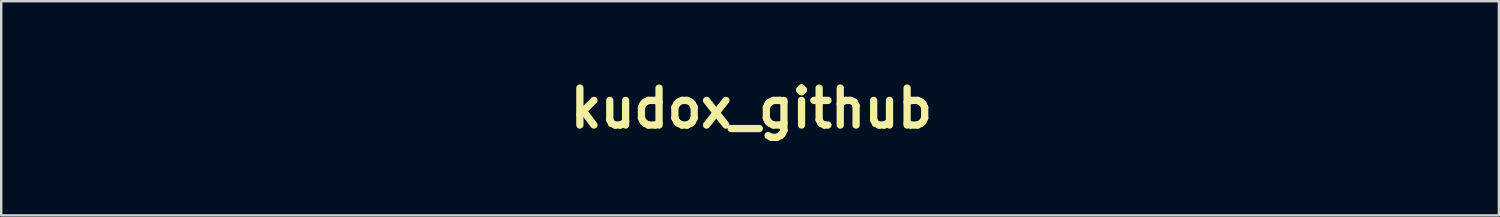
<source format=kicad_pcb>
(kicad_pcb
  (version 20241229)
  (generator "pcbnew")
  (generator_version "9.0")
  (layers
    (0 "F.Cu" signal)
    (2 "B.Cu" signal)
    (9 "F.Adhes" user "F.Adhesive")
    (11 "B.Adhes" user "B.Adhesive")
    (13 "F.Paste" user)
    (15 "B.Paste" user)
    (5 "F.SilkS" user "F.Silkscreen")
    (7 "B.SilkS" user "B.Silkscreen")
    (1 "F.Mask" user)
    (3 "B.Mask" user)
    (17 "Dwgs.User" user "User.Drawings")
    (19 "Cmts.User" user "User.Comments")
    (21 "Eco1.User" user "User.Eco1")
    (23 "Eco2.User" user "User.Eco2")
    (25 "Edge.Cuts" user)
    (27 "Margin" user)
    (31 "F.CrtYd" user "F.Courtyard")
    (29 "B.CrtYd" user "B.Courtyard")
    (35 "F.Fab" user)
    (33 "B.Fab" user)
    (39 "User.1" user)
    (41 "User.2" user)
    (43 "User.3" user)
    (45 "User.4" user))
  (footprint "kudox_github"
    (layer "F.Cu")
    (at 27.945 1.418)
    (property "Reference" "kudox_github" (at 0 0 0) (layer "F.SilkS") (effects (font (size 1.524 1.524) (thickness 0.3))))
    (attr through_hole)
    (fp_poly (pts (xy -16.418 -1.121) (xy -16.4 -1.049) (xy -16.439 -0.957) (xy -16.51 -0.939) (xy -16.602 -0.978) (xy -16.62 -1.049) (xy -16.581 -1.141) (xy -16.51 -1.16) (xy -16.418 -1.121)) (stroke (width 0.01) (type solid)) (fill yes) (layer "F.Mask"))
    (fp_poly (pts (xy -21.086 -0.598) (xy -21.048 -0.483) (xy -21.05 -0.373) (xy -21.112 -0.335) (xy -21.176 -0.331) (xy -21.279 -0.347) (xy -21.308 -0.416) (xy -21.304 -0.483) (xy -21.264 -0.602) (xy -21.176 -0.635) (xy -21.086 -0.598)) (stroke (width 0.01) (type solid)) (fill yes) (layer "F.Mask"))
    (fp_poly (pts (xy -21.086 0.34) (xy -21.048 0.456) (xy -21.05 0.566) (xy -21.112 0.604) (xy -21.176 0.607) (xy -21.279 0.592) (xy -21.308 0.523) (xy -21.304 0.456) (xy -21.264 0.337) (xy -21.176 0.304) (xy -21.086 0.34)) (stroke (width 0.01) (type solid)) (fill yes) (layer "F.Mask"))
    (fp_poly (pts (xy -10.208 0.34) (xy -10.17 0.456) (xy -10.172 0.566) (xy -10.234 0.604) (xy -10.298 0.607) (xy -10.402 0.592) (xy -10.431 0.523) (xy -10.426 0.456) (xy -10.386 0.337) (xy -10.298 0.304) (xy -10.208 0.34)) (stroke (width 0.01) (type solid)) (fill yes) (layer "F.Mask"))
    (fp_poly (pts (xy 16.985 -0.155) (xy 17.179 -0.137) (xy 17.281 -0.106) (xy 17.311 -0.055) (xy 17.279 -0.003) (xy 17.173 0.028) (xy 17.007 0.042) (xy 16.822 0.041) (xy 16.675 0.022) (xy 16.621 0.003) (xy 16.565 -0.063) (xy 16.607 -0.115) (xy 16.733 -0.148) (xy 16.931 -0.157) (xy 16.985 -0.155)) (stroke (width 0.01) (type solid)) (fill yes) (layer "F.Mask"))
    (fp_poly (pts (xy -16.524 -0.597) (xy -16.48 -0.575) (xy -16.451 -0.518) (xy -16.431 -0.404) (xy -16.419 -0.216) (xy -16.412 0.014) (xy -16.406 0.276) (xy -16.407 0.447) (xy -16.419 0.546) (xy -16.444 0.593) (xy -16.486 0.607) (xy -16.508 0.607) (xy -16.557 0.601) (xy -16.589 0.568) (xy -16.608 0.491) (xy -16.617 0.35) (xy -16.62 0.126) (xy -16.62 -0.004) (xy -16.619 -0.271) (xy -16.612 -0.446) (xy -16.598 -0.547) (xy -16.572 -0.592) (xy -16.533 -0.598) (xy -16.524 -0.597)) (stroke (width 0.01) (type solid)) (fill yes) (layer "F.Mask"))
    (fp_poly (pts (xy 9.536 -1.082) (xy 9.553 -1.055) (xy 9.531 -0.991) (xy 9.471 -0.844) (xy 9.381 -0.631) (xy 9.267 -0.371) (xy 9.172 -0.158) (xy 9.007 0.197) (xy 8.875 0.455) (xy 8.772 0.623) (xy 8.691 0.707) (xy 8.63 0.714) (xy 8.597 0.679) (xy 8.61 0.617) (xy 8.662 0.471) (xy 8.746 0.26) (xy 8.856 -0.000144) (xy 8.96 -0.235) (xy 9.112 -0.569) (xy 9.231 -0.812) (xy 9.321 -0.975) (xy 9.389 -1.068) (xy 9.441 -1.103) (xy 9.451 -1.104) (xy 9.536 -1.082)) (stroke (width 0.01) (type solid)) (fill yes) (layer "F.Mask"))
    (fp_poly (pts (xy -19.622 -1.091) (xy -19.616 -1.04) (xy -19.673 -0.906) (xy -19.759 -0.709) (xy -19.866 -0.47) (xy -19.984 -0.212) (xy -20.102 0.046) (xy -20.212 0.282) (xy -20.304 0.475) (xy -20.367 0.605) (xy -20.391 0.649) (xy -20.483 0.711) (xy -20.52 0.718) (xy -20.588 0.678) (xy -20.595 0.649) (xy -20.572 0.577) (xy -20.512 0.424) (xy -20.42 0.207) (xy -20.306 -0.055) (xy -20.219 -0.248) (xy -20.074 -0.564) (xy -19.963 -0.791) (xy -19.879 -0.944) (xy -19.812 -1.037) (xy -19.754 -1.083) (xy -19.715 -1.095) (xy -19.622 -1.091)) (stroke (width 0.01) (type solid)) (fill yes) (layer "F.Mask"))
    (fp_poly (pts (xy -18.451 -1.066) (xy -18.443 -1.035) (xy -18.465 -0.964) (xy -18.526 -0.811) (xy -18.618 -0.594) (xy -18.732 -0.332) (xy -18.819 -0.138) (xy -18.984 0.215) (xy -19.118 0.476) (xy -19.219 0.641) (xy -19.285 0.707) (xy -19.288 0.708) (xy -19.367 0.686) (xy -19.381 0.644) (xy -19.36 0.573) (xy -19.301 0.423) (xy -19.215 0.216) (xy -19.111 -0.027) (xy -18.998 -0.285) (xy -18.886 -0.536) (xy -18.784 -0.758) (xy -18.701 -0.931) (xy -18.648 -1.032) (xy -18.646 -1.035) (xy -18.557 -1.099) (xy -18.522 -1.104) (xy -18.451 -1.066)) (stroke (width 0.01) (type solid)) (fill yes) (layer "F.Mask"))
    (fp_poly (pts (xy -4.385 -1.094) (xy -4.362 -1.075) (xy -4.384 -1.01) (xy -4.443 -0.866) (xy -4.53 -0.664) (xy -4.636 -0.425) (xy -4.75 -0.171) (xy -4.864 0.078) (xy -4.968 0.301) (xy -5.052 0.476) (xy -5.107 0.582) (xy -5.114 0.594) (xy -5.196 0.679) (xy -5.286 0.719) (xy -5.347 0.702) (xy -5.356 0.671) (xy -5.334 0.607) (xy -5.274 0.461) (xy -5.184 0.249) (xy -5.069 -0.011) (xy -4.973 -0.226) (xy -4.821 -0.557) (xy -4.703 -0.796) (xy -4.613 -0.958) (xy -4.543 -1.052) (xy -4.487 -1.092) (xy -4.476 -1.094) (xy -4.385 -1.094)) (stroke (width 0.01) (type solid)) (fill yes) (layer "F.Mask"))
    (fp_poly (pts (xy -9.035 -0.61) (xy -8.916 -0.546) (xy -8.902 -0.49) (xy -8.988 -0.453) (xy -9.135 -0.442) (xy -9.345 -0.409) (xy -9.478 -0.304) (xy -9.543 -0.118) (xy -9.553 0.031) (xy -9.519 0.243) (xy -9.414 0.375) (xy -9.229 0.436) (xy -9.12 0.442) (xy -8.958 0.456) (xy -8.893 0.502) (xy -8.89 0.519) (xy -8.938 0.599) (xy -9.062 0.648) (xy -9.23 0.661) (xy -9.41 0.631) (xy -9.47 0.61) (xy -9.65 0.495) (xy -9.757 0.317) (xy -9.798 0.063) (xy -9.799 -0.001) (xy -9.79 -0.207) (xy -9.754 -0.343) (xy -9.681 -0.45) (xy -9.671 -0.461) (xy -9.483 -0.588) (xy -9.254 -0.641) (xy -9.035 -0.61)) (stroke (width 0.01) (type solid)) (fill yes) (layer "F.Mask"))
    (fp_poly (pts (xy 25.877 -0.57) (xy 25.897 -0.488) (xy 25.904 -0.407) (xy 25.946 -0.416) (xy 25.997 -0.46) (xy 26.119 -0.539) (xy 26.257 -0.585) (xy 26.377 -0.593) (xy 26.444 -0.558) (xy 26.449 -0.536) (xy 26.4 -0.462) (xy 26.289 -0.415) (xy 26.117 -0.349) (xy 26.003 -0.226) (xy 25.935 -0.031) (xy 25.906 0.225) (xy 25.891 0.428) (xy 25.868 0.545) (xy 25.831 0.597) (xy 25.78 0.607) (xy 25.735 0.599) (xy 25.705 0.561) (xy 25.687 0.474) (xy 25.679 0.32) (xy 25.676 0.08) (xy 25.676 0) (xy 25.677 -0.266) (xy 25.683 -0.44) (xy 25.698 -0.543) (xy 25.724 -0.592) (xy 25.766 -0.607) (xy 25.787 -0.607) (xy 25.877 -0.57)) (stroke (width 0.01) (type solid)) (fill yes) (layer "F.Mask"))
    (fp_poly (pts (xy 5.226 -0.6) (xy 5.413 -0.5) (xy 5.488 -0.416) (xy 5.559 -0.23) (xy 5.581 0.002) (xy 5.555 0.235) (xy 5.484 0.426) (xy 5.453 0.47) (xy 5.301 0.577) (xy 5.096 0.641) (xy 4.891 0.648) (xy 4.804 0.626) (xy 4.616 0.499) (xy 4.492 0.311) (xy 4.435 0.089) (xy 4.439 -0.002) (xy 4.693 -0.002) (xy 4.723 0.242) (xy 4.814 0.398) (xy 4.914 0.459) (xy 5.023 0.487) (xy 5.106 0.463) (xy 5.21 0.371) (xy 5.221 0.361) (xy 5.323 0.201) (xy 5.359 0.014) (xy 5.336 -0.171) (xy 5.259 -0.327) (xy 5.135 -0.424) (xy 5.04 -0.442) (xy 4.856 -0.399) (xy 4.741 -0.269) (xy 4.695 -0.052) (xy 4.693 -0.002) (xy 4.439 -0.002) (xy 4.445 -0.142) (xy 4.521 -0.353) (xy 4.665 -0.52) (xy 4.776 -0.583) (xy 5.001 -0.63) (xy 5.226 -0.6)) (stroke (width 0.01) (type solid)) (fill yes) (layer "F.Mask"))
    (fp_poly (pts (xy -7.851 -0.614) (xy -7.729 -0.562) (xy -7.611 -0.45) (xy -7.492 -0.247) (xy -7.448 -0.013) (xy -7.474 0.223) (xy -7.567 0.43) (xy -7.724 0.576) (xy -7.738 0.584) (xy -7.988 0.655) (xy -8.243 0.624) (xy -8.344 0.58) (xy -8.5 0.435) (xy -8.589 0.215) (xy -8.601 -0.033) (xy -8.367 -0.033) (xy -8.349 0.156) (xy -8.279 0.312) (xy -8.171 0.422) (xy -8.043 0.471) (xy -7.908 0.446) (xy -7.782 0.334) (xy -7.742 0.27) (xy -7.699 0.111) (xy -7.7 -0.087) (xy -7.739 -0.271) (xy -7.787 -0.361) (xy -7.886 -0.417) (xy -8.033 -0.442) (xy -8.044 -0.442) (xy -8.175 -0.428) (xy -8.255 -0.365) (xy -8.317 -0.241) (xy -8.367 -0.033) (xy -8.601 -0.033) (xy -8.602 -0.06) (xy -8.599 -0.09) (xy -8.531 -0.349) (xy -8.394 -0.522) (xy -8.185 -0.612) (xy -8.029 -0.626) (xy -7.851 -0.614)) (stroke (width 0.01) (type solid)) (fill yes) (layer "F.Mask"))
    (fp_poly (pts (xy 2.53 -0.614) (xy 2.652 -0.562) (xy 2.77 -0.45) (xy 2.889 -0.247) (xy 2.933 -0.013) (xy 2.907 0.223) (xy 2.813 0.43) (xy 2.657 0.576) (xy 2.642 0.584) (xy 2.393 0.655) (xy 2.138 0.624) (xy 2.037 0.58) (xy 1.881 0.435) (xy 1.792 0.215) (xy 1.78 -0.033) (xy 2.014 -0.033) (xy 2.032 0.156) (xy 2.102 0.312) (xy 2.209 0.422) (xy 2.338 0.471) (xy 2.473 0.446) (xy 2.599 0.334) (xy 2.639 0.27) (xy 2.682 0.111) (xy 2.681 -0.087) (xy 2.642 -0.271) (xy 2.593 -0.361) (xy 2.495 -0.417) (xy 2.348 -0.442) (xy 2.337 -0.442) (xy 2.206 -0.428) (xy 2.126 -0.365) (xy 2.064 -0.241) (xy 2.014 -0.033) (xy 1.78 -0.033) (xy 1.778 -0.06) (xy 1.781 -0.09) (xy 1.85 -0.349) (xy 1.987 -0.522) (xy 2.196 -0.612) (xy 2.352 -0.626) (xy 2.53 -0.614)) (stroke (width 0.01) (type solid)) (fill yes) (layer "F.Mask"))
    (fp_poly (pts (xy 16.221 -0.582) (xy 16.217 -0.5) (xy 16.138 -0.352) (xy 16.096 -0.288) (xy 16.004 -0.141) (xy 15.969 -0.027) (xy 15.993 0.089) (xy 16.077 0.246) (xy 16.122 0.318) (xy 16.211 0.472) (xy 16.24 0.557) (xy 16.215 0.594) (xy 16.202 0.598) (xy 16.074 0.572) (xy 15.944 0.443) (xy 15.864 0.311) (xy 15.778 0.144) (xy 15.642 0.376) (xy 15.528 0.531) (xy 15.423 0.604) (xy 15.4 0.607) (xy 15.313 0.591) (xy 15.295 0.571) (xy 15.323 0.508) (xy 15.394 0.383) (xy 15.467 0.267) (xy 15.638 0) (xy 15.467 -0.267) (xy 15.358 -0.441) (xy 15.309 -0.543) (xy 15.314 -0.592) (xy 15.372 -0.607) (xy 15.403 -0.607) (xy 15.506 -0.557) (xy 15.621 -0.419) (xy 15.643 -0.385) (xy 15.775 -0.162) (xy 15.923 -0.385) (xy 16.025 -0.516) (xy 16.118 -0.596) (xy 16.152 -0.607) (xy 16.221 -0.582)) (stroke (width 0.01) (type solid)) (fill yes) (layer "F.Mask"))
    (fp_poly (pts (xy 20.397 -0.526) (xy 20.491 -0.355) (xy 20.579 -0.112) (xy 20.64 0.083) (xy 20.691 0.233) (xy 20.723 0.31) (xy 20.725 0.313) (xy 20.753 0.277) (xy 20.804 0.157) (xy 20.87 -0.024) (xy 20.9 -0.111) (xy 20.996 -0.37) (xy 21.08 -0.529) (xy 21.159 -0.599) (xy 21.242 -0.59) (xy 21.252 -0.584) (xy 21.255 -0.522) (xy 21.219 -0.38) (xy 21.151 -0.18) (xy 21.061 0.058) (xy 20.957 0.314) (xy 20.847 0.568) (xy 20.74 0.798) (xy 20.645 0.986) (xy 20.569 1.109) (xy 20.527 1.149) (xy 20.445 1.128) (xy 20.43 1.078) (xy 20.455 0.969) (xy 20.514 0.827) (xy 20.518 0.82) (xy 20.553 0.742) (xy 20.568 0.666) (xy 20.559 0.569) (xy 20.522 0.428) (xy 20.453 0.22) (xy 20.395 0.053) (xy 20.315 -0.187) (xy 20.257 -0.389) (xy 20.226 -0.531) (xy 20.227 -0.588) (xy 20.307 -0.607) (xy 20.397 -0.526)) (stroke (width 0.01) (type solid)) (fill yes) (layer "F.Mask"))
    (fp_poly (pts (xy 7.853 -0.627) (xy 8.061 -0.587) (xy 8.219 -0.475) (xy 8.304 -0.373) (xy 8.349 -0.26) (xy 8.364 -0.095) (xy 8.365 0) (xy 8.358 0.2) (xy 8.327 0.33) (xy 8.261 0.431) (xy 8.222 0.472) (xy 8.04 0.59) (xy 7.819 0.644) (xy 7.604 0.625) (xy 7.516 0.589) (xy 7.344 0.428) (xy 7.252 0.193) (xy 7.235 0.016) (xy 7.236 0.013) (xy 7.482 0.013) (xy 7.494 0.197) (xy 7.538 0.314) (xy 7.614 0.393) (xy 7.778 0.466) (xy 7.941 0.435) (xy 8.048 0.343) (xy 8.098 0.215) (xy 8.116 0.034) (xy 8.104 -0.156) (xy 8.062 -0.308) (xy 8.03 -0.355) (xy 7.895 -0.426) (xy 7.731 -0.434) (xy 7.589 -0.38) (xy 7.558 -0.35) (xy 7.513 -0.243) (xy 7.486 -0.075) (xy 7.482 0.013) (xy 7.236 0.013) (xy 7.27 -0.266) (xy 7.378 -0.467) (xy 7.562 -0.587) (xy 7.821 -0.627) (xy 7.853 -0.627)) (stroke (width 0.01) (type solid)) (fill yes) (layer "F.Mask"))
    (fp_poly (pts (xy 14.534 -0.627) (xy 14.742 -0.587) (xy 14.901 -0.475) (xy 14.986 -0.373) (xy 15.03 -0.26) (xy 15.046 -0.095) (xy 15.047 0) (xy 15.039 0.2) (xy 15.008 0.33) (xy 14.942 0.431) (xy 14.903 0.472) (xy 14.721 0.59) (xy 14.5 0.644) (xy 14.285 0.625) (xy 14.197 0.589) (xy 14.025 0.428) (xy 13.933 0.193) (xy 13.917 0.016) (xy 13.917 0.013) (xy 14.163 0.013) (xy 14.175 0.197) (xy 14.219 0.314) (xy 14.295 0.393) (xy 14.46 0.466) (xy 14.622 0.435) (xy 14.729 0.343) (xy 14.779 0.215) (xy 14.798 0.034) (xy 14.785 -0.156) (xy 14.743 -0.308) (xy 14.711 -0.355) (xy 14.576 -0.426) (xy 14.412 -0.434) (xy 14.27 -0.38) (xy 14.239 -0.35) (xy 14.194 -0.243) (xy 14.167 -0.075) (xy 14.163 0.013) (xy 13.917 0.013) (xy 13.951 -0.266) (xy 14.06 -0.467) (xy 14.243 -0.587) (xy 14.503 -0.627) (xy 14.534 -0.627)) (stroke (width 0.01) (type solid)) (fill yes) (layer "F.Mask"))
    (fp_poly (pts (xy 23.535 -0.627) (xy 23.743 -0.587) (xy 23.901 -0.475) (xy 23.986 -0.373) (xy 24.03 -0.26) (xy 24.046 -0.095) (xy 24.047 0) (xy 24.04 0.2) (xy 24.009 0.33) (xy 23.942 0.431) (xy 23.904 0.472) (xy 23.721 0.59) (xy 23.5 0.644) (xy 23.285 0.625) (xy 23.197 0.589) (xy 23.026 0.428) (xy 22.934 0.193) (xy 22.917 0.016) (xy 22.918 0.013) (xy 23.164 0.013) (xy 23.175 0.197) (xy 23.22 0.314) (xy 23.296 0.393) (xy 23.46 0.466) (xy 23.623 0.435) (xy 23.73 0.343) (xy 23.78 0.215) (xy 23.798 0.034) (xy 23.786 -0.156) (xy 23.743 -0.308) (xy 23.712 -0.355) (xy 23.577 -0.426) (xy 23.412 -0.434) (xy 23.271 -0.38) (xy 23.239 -0.35) (xy 23.195 -0.243) (xy 23.167 -0.075) (xy 23.164 0.013) (xy 22.918 0.013) (xy 22.951 -0.266) (xy 23.06 -0.467) (xy 23.244 -0.587) (xy 23.503 -0.627) (xy 23.535 -0.627)) (stroke (width 0.01) (type solid)) (fill yes) (layer "F.Mask"))
    (fp_poly (pts (xy -22.023 -0.617) (xy -21.891 -0.571) (xy -21.844 -0.518) (xy -21.851 -0.473) (xy -21.931 -0.449) (xy -22.1 -0.442) (xy -22.118 -0.442) (xy -22.315 -0.431) (xy -22.423 -0.396) (xy -22.454 -0.358) (xy -22.448 -0.241) (xy -22.347 -0.145) (xy -22.186 -0.089) (xy -22.028 -0.035) (xy -21.911 0.037) (xy -21.836 0.163) (xy -21.813 0.328) (xy -21.843 0.481) (xy -21.894 0.552) (xy -22.019 0.607) (xy -22.205 0.639) (xy -22.401 0.642) (xy -22.56 0.613) (xy -22.57 0.609) (xy -22.678 0.544) (xy -22.683 0.491) (xy -22.592 0.459) (xy -22.419 0.454) (xy -22.196 0.439) (xy -22.066 0.38) (xy -22.033 0.293) (xy -22.102 0.194) (xy -22.274 0.096) (xy -22.333 0.074) (xy -22.488 0.011) (xy -22.604 -0.05) (xy -22.62 -0.062) (xy -22.677 -0.168) (xy -22.692 -0.321) (xy -22.66 -0.463) (xy -22.648 -0.484) (xy -22.548 -0.562) (xy -22.387 -0.611) (xy -22.2 -0.63) (xy -22.023 -0.617)) (stroke (width 0.01) (type solid)) (fill yes) (layer "F.Mask"))
    (fp_poly (pts (xy 3.39 -1.142) (xy 3.433 -1.106) (xy 3.46 -1.024) (xy 3.474 -0.877) (xy 3.479 -0.643) (xy 3.479 -0.597) (xy 3.479 -0.087) (xy 3.743 -0.347) (xy 3.906 -0.49) (xy 4.048 -0.582) (xy 4.15 -0.615) (xy 4.196 -0.58) (xy 4.197 -0.57) (xy 4.164 -0.511) (xy 4.077 -0.395) (xy 3.972 -0.265) (xy 3.747 0.001) (xy 4.001 0.29) (xy 4.131 0.442) (xy 4.195 0.53) (xy 4.2 0.575) (xy 4.154 0.595) (xy 4.129 0.599) (xy 4.036 0.586) (xy 3.925 0.511) (xy 3.775 0.359) (xy 3.744 0.325) (xy 3.486 0.032) (xy 3.468 0.305) (xy 3.444 0.49) (xy 3.396 0.581) (xy 3.366 0.595) (xy 3.267 0.588) (xy 3.241 0.572) (xy 3.225 0.502) (xy 3.213 0.346) (xy 3.206 0.129) (xy 3.204 -0.126) (xy 3.206 -0.393) (xy 3.212 -0.648) (xy 3.223 -0.868) (xy 3.237 -1.027) (xy 3.253 -1.099) (xy 3.339 -1.148) (xy 3.39 -1.142)) (stroke (width 0.01) (type solid)) (fill yes) (layer "F.Mask"))
    (fp_poly (pts (xy -24.945 -0.968) (xy -24.904 -0.807) (xy -24.903 -0.801) (xy -24.877 -0.658) (xy -24.826 -0.592) (xy -24.715 -0.567) (xy -24.668 -0.563) (xy -24.51 -0.528) (xy -24.453 -0.473) (xy -24.494 -0.419) (xy -24.632 -0.388) (xy -24.682 -0.387) (xy -24.903 -0.387) (xy -24.903 -0.002) (xy -24.898 0.209) (xy -24.88 0.336) (xy -24.84 0.408) (xy -24.797 0.44) (xy -24.669 0.471) (xy -24.598 0.461) (xy -24.529 0.457) (xy -24.525 0.53) (xy -24.59 0.614) (xy -24.718 0.651) (xy -24.872 0.637) (xy -25 0.579) (xy -25.063 0.522) (xy -25.1 0.446) (xy -25.118 0.321) (xy -25.124 0.121) (xy -25.124 0.056) (xy -25.126 -0.162) (xy -25.137 -0.294) (xy -25.163 -0.362) (xy -25.211 -0.39) (xy -25.244 -0.396) (xy -25.354 -0.439) (xy -25.382 -0.501) (xy -25.321 -0.552) (xy -25.279 -0.562) (xy -25.191 -0.596) (xy -25.144 -0.688) (xy -25.124 -0.801) (xy -25.083 -0.965) (xy -25.016 -1.021) (xy -25.013 -1.022) (xy -24.945 -0.968)) (stroke (width 0.01) (type solid)) (fill yes) (layer "F.Mask"))
    (fp_poly (pts (xy -15.558 -0.968) (xy -15.517 -0.807) (xy -15.516 -0.801) (xy -15.49 -0.658) (xy -15.439 -0.592) (xy -15.328 -0.567) (xy -15.281 -0.563) (xy -15.123 -0.528) (xy -15.066 -0.473) (xy -15.107 -0.419) (xy -15.245 -0.388) (xy -15.295 -0.387) (xy -15.516 -0.387) (xy -15.516 -0.002) (xy -15.511 0.209) (xy -15.493 0.336) (xy -15.453 0.408) (xy -15.41 0.44) (xy -15.282 0.471) (xy -15.211 0.461) (xy -15.142 0.457) (xy -15.138 0.53) (xy -15.203 0.614) (xy -15.331 0.651) (xy -15.485 0.637) (xy -15.613 0.579) (xy -15.676 0.522) (xy -15.713 0.446) (xy -15.731 0.321) (xy -15.737 0.121) (xy -15.737 0.056) (xy -15.739 -0.162) (xy -15.75 -0.294) (xy -15.776 -0.362) (xy -15.824 -0.39) (xy -15.857 -0.396) (xy -15.967 -0.439) (xy -15.995 -0.501) (xy -15.934 -0.552) (xy -15.892 -0.562) (xy -15.804 -0.596) (xy -15.757 -0.688) (xy -15.737 -0.801) (xy -15.696 -0.965) (xy -15.629 -1.021) (xy -15.627 -1.022) (xy -15.558 -0.968)) (stroke (width 0.01) (type solid)) (fill yes) (layer "F.Mask"))
    (fp_poly (pts (xy 11.326 -0.594) (xy 11.355 -0.55) (xy 11.37 -0.444) (xy 11.375 -0.255) (xy 11.375 -0.17) (xy 11.379 0.066) (xy 11.397 0.22) (xy 11.433 0.32) (xy 11.484 0.385) (xy 11.616 0.46) (xy 11.766 0.431) (xy 11.858 0.371) (xy 11.899 0.281) (xy 11.923 0.096) (xy 11.928 -0.076) (xy 11.938 -0.344) (xy 11.97 -0.512) (xy 12.027 -0.591) (xy 12.113 -0.59) (xy 12.115 -0.59) (xy 12.161 -0.519) (xy 12.193 -0.368) (xy 12.21 -0.166) (xy 12.213 0.057) (xy 12.201 0.274) (xy 12.175 0.454) (xy 12.135 0.568) (xy 12.11 0.591) (xy 12.022 0.592) (xy 11.995 0.563) (xy 11.948 0.532) (xy 11.838 0.569) (xy 11.815 0.581) (xy 11.607 0.654) (xy 11.434 0.631) (xy 11.287 0.525) (xy 11.221 0.45) (xy 11.181 0.371) (xy 11.163 0.26) (xy 11.161 0.086) (xy 11.166 -0.096) (xy 11.177 -0.333) (xy 11.194 -0.481) (xy 11.221 -0.561) (xy 11.265 -0.594) (xy 11.278 -0.597) (xy 11.326 -0.594)) (stroke (width 0.01) (type solid)) (fill yes) (layer "F.Mask"))
    (fp_poly (pts (xy 19.691 -0.593) (xy 19.861 -0.475) (xy 19.966 -0.292) (xy 19.989 -0.133) (xy 19.989 0.05) (xy 19.593 0.067) (xy 19.389 0.083) (xy 19.242 0.11) (xy 19.177 0.143) (xy 19.177 0.143) (xy 19.194 0.225) (xy 19.264 0.337) (xy 19.349 0.418) (xy 19.455 0.454) (xy 19.624 0.459) (xy 19.653 0.458) (xy 19.837 0.463) (xy 19.923 0.495) (xy 19.909 0.55) (xy 19.827 0.605) (xy 19.629 0.656) (xy 19.392 0.635) (xy 19.242 0.586) (xy 19.068 0.453) (xy 18.967 0.239) (xy 18.94 0.001) (xy 18.962 -0.209) (xy 19.18 -0.209) (xy 19.181 -0.146) (xy 19.266 -0.118) (xy 19.445 -0.11) (xy 19.464 -0.11) (xy 19.641 -0.12) (xy 19.748 -0.147) (xy 19.768 -0.169) (xy 19.723 -0.319) (xy 19.612 -0.413) (xy 19.468 -0.442) (xy 19.324 -0.395) (xy 19.246 -0.319) (xy 19.18 -0.209) (xy 18.962 -0.209) (xy 18.968 -0.266) (xy 19.057 -0.452) (xy 19.215 -0.571) (xy 19.239 -0.582) (xy 19.477 -0.633) (xy 19.691 -0.593)) (stroke (width 0.01) (type solid)) (fill yes) (layer "F.Mask"))
    (fp_poly (pts (xy -26.178 -0.994) (xy -26.173 -0.994) (xy -26.138 -0.945) (xy -26.119 -0.823) (xy -26.118 -0.776) (xy -26.111 -0.636) (xy -26.071 -0.57) (xy -25.969 -0.546) (xy -25.923 -0.542) (xy -25.795 -0.517) (xy -25.731 -0.477) (xy -25.729 -0.469) (xy -25.778 -0.429) (xy -25.897 -0.4) (xy -25.923 -0.397) (xy -26.118 -0.38) (xy -26.118 0.001) (xy -26.113 0.211) (xy -26.094 0.337) (xy -26.055 0.408) (xy -26.01 0.441) (xy -25.892 0.482) (xy -25.83 0.484) (xy -25.768 0.514) (xy -25.759 0.552) (xy -25.807 0.61) (xy -25.922 0.646) (xy -26.065 0.653) (xy -26.195 0.627) (xy -26.228 0.61) (xy -26.278 0.535) (xy -26.313 0.375) (xy -26.338 0.117) (xy -26.339 0.099) (xy -26.355 -0.127) (xy -26.374 -0.264) (xy -26.404 -0.337) (xy -26.451 -0.369) (xy -26.491 -0.377) (xy -26.588 -0.419) (xy -26.615 -0.469) (xy -26.568 -0.535) (xy -26.491 -0.562) (xy -26.402 -0.6) (xy -26.354 -0.702) (xy -26.339 -0.789) (xy -26.311 -0.922) (xy -26.278 -0.992) (xy -26.27 -0.996) (xy -26.178 -0.994)) (stroke (width 0.01) (type solid)) (fill yes) (layer "F.Mask"))
    (fp_poly (pts (xy -13.146 -0.597) (xy -13.113 -0.553) (xy -13.093 -0.453) (xy -13.08 -0.276) (xy -13.075 -0.131) (xy -13.064 0.107) (xy -13.045 0.259) (xy -13.013 0.352) (xy -12.962 0.409) (xy -12.943 0.422) (xy -12.851 0.466) (xy -12.767 0.445) (xy -12.683 0.385) (xy -12.609 0.316) (xy -12.564 0.233) (xy -12.539 0.107) (xy -12.525 -0.092) (xy -12.523 -0.154) (xy -12.512 -0.37) (xy -12.495 -0.498) (xy -12.465 -0.56) (xy -12.416 -0.579) (xy -12.396 -0.58) (xy -12.346 -0.572) (xy -12.313 -0.534) (xy -12.293 -0.448) (xy -12.28 -0.293) (xy -12.271 -0.05) (xy -12.27 -0.013) (xy -12.265 0.25) (xy -12.271 0.423) (xy -12.288 0.525) (xy -12.319 0.575) (xy -12.34 0.587) (xy -12.453 0.585) (xy -12.494 0.563) (xy -12.587 0.541) (xy -12.669 0.584) (xy -12.847 0.654) (xy -13.039 0.642) (xy -13.197 0.552) (xy -13.25 0.485) (xy -13.283 0.394) (xy -13.3 0.254) (xy -13.307 0.04) (xy -13.307 -0.083) (xy -13.306 -0.327) (xy -13.298 -0.481) (xy -13.279 -0.565) (xy -13.246 -0.601) (xy -13.199 -0.607) (xy -13.146 -0.597)) (stroke (width 0.01) (type solid)) (fill yes) (layer "F.Mask"))
    (fp_poly (pts (xy -3.869 -1.152) (xy -3.837 -1.114) (xy -3.819 -1.027) (xy -3.811 -0.869) (xy -3.81 -0.635) (xy -3.807 -0.41) (xy -3.8 -0.233) (xy -3.789 -0.128) (xy -3.781 -0.11) (xy -3.731 -0.147) (xy -3.629 -0.243) (xy -3.515 -0.359) (xy -3.358 -0.502) (xy -3.222 -0.589) (xy -3.157 -0.607) (xy -3.062 -0.596) (xy -3.037 -0.577) (xy -3.072 -0.525) (xy -3.163 -0.416) (xy -3.288 -0.279) (xy -3.54 -0.01) (xy -3.277 0.285) (xy -3.144 0.438) (xy -3.077 0.527) (xy -3.069 0.573) (xy -3.112 0.593) (xy -3.146 0.599) (xy -3.239 0.587) (xy -3.349 0.517) (xy -3.495 0.374) (xy -3.541 0.323) (xy -3.805 0.028) (xy -3.808 0.318) (xy -3.814 0.488) (xy -3.838 0.575) (xy -3.889 0.605) (xy -3.92 0.607) (xy -3.962 0.602) (xy -3.991 0.576) (xy -4.011 0.513) (xy -4.023 0.398) (xy -4.029 0.214) (xy -4.031 -0.055) (xy -4.031 -0.276) (xy -4.03 -0.606) (xy -4.027 -0.842) (xy -4.019 -0.999) (xy -4.005 -1.094) (xy -3.982 -1.141) (xy -3.948 -1.158) (xy -3.92 -1.16) (xy -3.869 -1.152)) (stroke (width 0.01) (type solid)) (fill yes) (layer "F.Mask"))
    (fp_poly (pts (xy -2.6 -0.597) (xy -2.566 -0.553) (xy -2.546 -0.453) (xy -2.534 -0.276) (xy -2.528 -0.131) (xy -2.517 0.107) (xy -2.498 0.259) (xy -2.467 0.352) (xy -2.416 0.409) (xy -2.397 0.422) (xy -2.305 0.466) (xy -2.22 0.445) (xy -2.137 0.385) (xy -2.062 0.316) (xy -2.017 0.233) (xy -1.992 0.107) (xy -1.979 -0.092) (xy -1.976 -0.154) (xy -1.965 -0.37) (xy -1.948 -0.498) (xy -1.919 -0.56) (xy -1.87 -0.579) (xy -1.85 -0.58) (xy -1.8 -0.572) (xy -1.767 -0.534) (xy -1.746 -0.448) (xy -1.733 -0.293) (xy -1.725 -0.05) (xy -1.724 -0.013) (xy -1.719 0.25) (xy -1.724 0.423) (xy -1.741 0.525) (xy -1.772 0.575) (xy -1.793 0.587) (xy -1.906 0.585) (xy -1.947 0.563) (xy -2.04 0.541) (xy -2.123 0.584) (xy -2.3 0.654) (xy -2.493 0.642) (xy -2.65 0.552) (xy -2.703 0.485) (xy -2.736 0.394) (xy -2.754 0.254) (xy -2.76 0.04) (xy -2.761 -0.083) (xy -2.759 -0.327) (xy -2.751 -0.481) (xy -2.733 -0.565) (xy -2.699 -0.601) (xy -2.653 -0.607) (xy -2.6 -0.597)) (stroke (width 0.01) (type solid)) (fill yes) (layer "F.Mask"))
    (fp_poly (pts (xy 10.053 -1.147) (xy 10.081 -1.108) (xy 10.097 -1.011) (xy 10.104 -0.839) (xy 10.105 -0.639) (xy 10.109 -0.413) (xy 10.121 -0.235) (xy 10.139 -0.129) (xy 10.152 -0.11) (xy 10.211 -0.148) (xy 10.317 -0.247) (xy 10.424 -0.359) (xy 10.569 -0.497) (xy 10.698 -0.586) (xy 10.764 -0.607) (xy 10.847 -0.597) (xy 10.866 -0.559) (xy 10.816 -0.478) (xy 10.692 -0.341) (xy 10.63 -0.277) (xy 10.382 -0.025) (xy 10.63 0.259) (xy 10.774 0.428) (xy 10.851 0.531) (xy 10.865 0.585) (xy 10.824 0.605) (xy 10.773 0.607) (xy 10.684 0.57) (xy 10.55 0.47) (xy 10.399 0.33) (xy 10.387 0.318) (xy 10.106 0.028) (xy 10.105 0.318) (xy 10.1 0.488) (xy 10.077 0.575) (xy 10.027 0.605) (xy 9.993 0.607) (xy 9.951 0.603) (xy 9.921 0.578) (xy 9.903 0.518) (xy 9.893 0.406) (xy 9.89 0.225) (xy 9.893 -0.039) (xy 9.896 -0.262) (xy 9.903 -0.592) (xy 9.912 -0.827) (xy 9.924 -0.985) (xy 9.942 -1.08) (xy 9.969 -1.129) (xy 10.004 -1.148) (xy 10.008 -1.149) (xy 10.053 -1.147)) (stroke (width 0.01) (type solid)) (fill yes) (layer "F.Mask"))
    (fp_poly (pts (xy 17.894 -1.147) (xy 17.922 -1.108) (xy 17.938 -1.011) (xy 17.945 -0.839) (xy 17.946 -0.639) (xy 17.95 -0.413) (xy 17.962 -0.235) (xy 17.98 -0.129) (xy 17.992 -0.11) (xy 18.052 -0.148) (xy 18.158 -0.247) (xy 18.265 -0.359) (xy 18.409 -0.497) (xy 18.539 -0.586) (xy 18.605 -0.607) (xy 18.688 -0.597) (xy 18.707 -0.559) (xy 18.657 -0.478) (xy 18.533 -0.341) (xy 18.471 -0.277) (xy 18.223 -0.025) (xy 18.471 0.259) (xy 18.615 0.428) (xy 18.692 0.531) (xy 18.706 0.585) (xy 18.665 0.605) (xy 18.614 0.607) (xy 18.525 0.57) (xy 18.391 0.47) (xy 18.24 0.33) (xy 18.228 0.318) (xy 17.947 0.028) (xy 17.946 0.318) (xy 17.941 0.488) (xy 17.918 0.575) (xy 17.868 0.605) (xy 17.834 0.607) (xy 17.792 0.603) (xy 17.762 0.578) (xy 17.743 0.518) (xy 17.734 0.406) (xy 17.731 0.225) (xy 17.733 -0.039) (xy 17.737 -0.262) (xy 17.744 -0.592) (xy 17.753 -0.827) (xy 17.765 -0.985) (xy 17.783 -1.08) (xy 17.809 -1.129) (xy 17.845 -1.148) (xy 17.849 -1.149) (xy 17.894 -1.147)) (stroke (width 0.01) (type solid)) (fill yes) (layer "F.Mask"))
    (fp_poly (pts (xy 1.145 -0.618) (xy 1.316 -0.562) (xy 1.394 -0.51) (xy 1.441 -0.42) (xy 1.474 -0.26) (xy 1.494 -0.06) (xy 1.5 0.154) (xy 1.492 0.354) (xy 1.47 0.511) (xy 1.432 0.598) (xy 1.411 0.607) (xy 1.317 0.574) (xy 1.298 0.552) (xy 1.226 0.534) (xy 1.104 0.58) (xy 0.902 0.654) (xy 0.732 0.638) (xy 0.62 0.577) (xy 0.528 0.47) (xy 0.497 0.305) (xy 0.497 0.282) (xy 0.501 0.261) (xy 0.734 0.261) (xy 0.744 0.327) (xy 0.821 0.418) (xy 0.948 0.444) (xy 1.085 0.406) (xy 1.184 0.319) (xy 1.267 0.159) (xy 1.254 0.054) (xy 1.147 0.004) (xy 1.085 0) (xy 0.908 0.037) (xy 0.783 0.131) (xy 0.734 0.261) (xy 0.501 0.261) (xy 0.533 0.082) (xy 0.646 -0.053) (xy 0.847 -0.131) (xy 0.993 -0.153) (xy 1.183 -0.189) (xy 1.266 -0.248) (xy 1.241 -0.333) (xy 1.186 -0.387) (xy 1.056 -0.431) (xy 0.83 -0.425) (xy 0.824 -0.424) (xy 0.659 -0.409) (xy 0.579 -0.419) (xy 0.56 -0.46) (xy 0.563 -0.483) (xy 0.63 -0.569) (xy 0.77 -0.62) (xy 0.953 -0.637) (xy 1.145 -0.618)) (stroke (width 0.01) (type solid)) (fill yes) (layer "F.Mask"))
    (fp_poly (pts (xy 24.944 -0.618) (xy 25.114 -0.562) (xy 25.193 -0.51) (xy 25.239 -0.42) (xy 25.273 -0.26) (xy 25.293 -0.06) (xy 25.299 0.154) (xy 25.291 0.354) (xy 25.268 0.511) (xy 25.23 0.598) (xy 25.21 0.607) (xy 25.116 0.574) (xy 25.096 0.552) (xy 25.025 0.534) (xy 24.903 0.58) (xy 24.701 0.654) (xy 24.531 0.638) (xy 24.418 0.577) (xy 24.326 0.47) (xy 24.296 0.305) (xy 24.296 0.282) (xy 24.299 0.261) (xy 24.533 0.261) (xy 24.543 0.327) (xy 24.62 0.418) (xy 24.747 0.444) (xy 24.884 0.406) (xy 24.983 0.319) (xy 25.065 0.159) (xy 25.053 0.054) (xy 24.946 0.004) (xy 24.884 0) (xy 24.707 0.037) (xy 24.582 0.131) (xy 24.533 0.261) (xy 24.299 0.261) (xy 24.331 0.082) (xy 24.445 -0.053) (xy 24.646 -0.131) (xy 24.792 -0.153) (xy 24.982 -0.189) (xy 25.064 -0.248) (xy 25.04 -0.333) (xy 24.985 -0.387) (xy 24.855 -0.431) (xy 24.629 -0.425) (xy 24.622 -0.424) (xy 24.458 -0.409) (xy 24.378 -0.419) (xy 24.358 -0.46) (xy 24.361 -0.483) (xy 24.428 -0.569) (xy 24.569 -0.62) (xy 24.752 -0.637) (xy 24.944 -0.618)) (stroke (width 0.01) (type solid)) (fill yes) (layer "F.Mask"))
    (fp_poly (pts (xy -11.739 -1.142) (xy -11.684 -1.088) (xy -11.657 -0.965) (xy -11.651 -0.807) (xy -11.651 -0.505) (xy -11.485 -0.588) (xy -11.279 -0.639) (xy -11.087 -0.593) (xy -10.926 -0.466) (xy -10.814 -0.271) (xy -10.768 -0.023) (xy -10.767 0) (xy -10.805 0.241) (xy -10.907 0.44) (xy -11.054 0.582) (xy -11.227 0.654) (xy -11.409 0.641) (xy -11.516 0.584) (xy -11.629 0.537) (xy -11.691 0.563) (xy -11.799 0.596) (xy -11.843 0.588) (xy -11.877 0.558) (xy -11.901 0.487) (xy -11.915 0.359) (xy -11.923 0.158) (xy -11.926 -0.097) (xy -11.643 -0.097) (xy -11.64 0.047) (xy -11.623 0.232) (xy -11.588 0.341) (xy -11.524 0.404) (xy -11.491 0.422) (xy -11.315 0.461) (xy -11.162 0.393) (xy -11.113 0.341) (xy -11.066 0.221) (xy -11.046 0.042) (xy -11.053 -0.151) (xy -11.089 -0.309) (xy -11.101 -0.335) (xy -11.2 -0.417) (xy -11.347 -0.44) (xy -11.498 -0.402) (xy -11.567 -0.352) (xy -11.622 -0.256) (xy -11.643 -0.097) (xy -11.926 -0.097) (xy -11.926 -0.133) (xy -11.926 -0.233) (xy -11.923 -0.588) (xy -11.911 -0.845) (xy -11.889 -1.016) (xy -11.854 -1.114) (xy -11.804 -1.152) (xy -11.739 -1.142)) (stroke (width 0.01) (type solid)) (fill yes) (layer "F.Mask"))
    (fp_poly (pts (xy 21.722 -1.142) (xy 21.778 -1.088) (xy 21.805 -0.965) (xy 21.811 -0.807) (xy 21.811 -0.505) (xy 21.977 -0.588) (xy 22.183 -0.639) (xy 22.375 -0.593) (xy 22.536 -0.466) (xy 22.648 -0.271) (xy 22.694 -0.023) (xy 22.694 0) (xy 22.656 0.241) (xy 22.555 0.44) (xy 22.408 0.582) (xy 22.235 0.654) (xy 22.053 0.641) (xy 21.946 0.584) (xy 21.833 0.537) (xy 21.77 0.563) (xy 21.663 0.596) (xy 21.618 0.588) (xy 21.585 0.558) (xy 21.561 0.487) (xy 21.546 0.359) (xy 21.538 0.158) (xy 21.536 -0.097) (xy 21.819 -0.097) (xy 21.822 0.047) (xy 21.839 0.232) (xy 21.873 0.341) (xy 21.938 0.404) (xy 21.971 0.422) (xy 22.147 0.461) (xy 22.3 0.393) (xy 22.349 0.341) (xy 22.396 0.221) (xy 22.416 0.042) (xy 22.408 -0.151) (xy 22.373 -0.309) (xy 22.361 -0.335) (xy 22.262 -0.417) (xy 22.114 -0.44) (xy 21.964 -0.402) (xy 21.895 -0.352) (xy 21.839 -0.256) (xy 21.819 -0.097) (xy 21.536 -0.097) (xy 21.536 -0.133) (xy 21.536 -0.233) (xy 21.539 -0.588) (xy 21.551 -0.845) (xy 21.572 -1.016) (xy 21.607 -1.114) (xy 21.658 -1.152) (xy 21.722 -1.142)) (stroke (width 0.01) (type solid)) (fill yes) (layer "F.Mask"))
    (fp_poly (pts (xy -27.768 -1.147) (xy -27.735 -1.094) (xy -27.721 -0.975) (xy -27.719 -0.828) (xy -27.716 -0.653) (xy -27.709 -0.533) (xy -27.7 -0.497) (xy -27.643 -0.519) (xy -27.528 -0.573) (xy -27.506 -0.584) (xy -27.326 -0.641) (xy -27.18 -0.621) (xy -27.046 -0.548) (xy -26.959 -0.422) (xy -26.913 -0.228) (xy -26.902 0.053) (xy -26.904 0.137) (xy -26.916 0.366) (xy -26.936 0.505) (xy -26.969 0.575) (xy -27.007 0.595) (xy -27.052 0.587) (xy -27.082 0.529) (xy -27.104 0.403) (xy -27.122 0.189) (xy -27.126 0.134) (xy -27.148 -0.127) (xy -27.183 -0.296) (xy -27.238 -0.392) (xy -27.324 -0.434) (xy -27.402 -0.441) (xy -27.511 -0.405) (xy -27.609 -0.331) (xy -27.668 -0.252) (xy -27.702 -0.141) (xy -27.717 0.03) (xy -27.719 0.193) (xy -27.722 0.405) (xy -27.734 0.529) (xy -27.761 0.589) (xy -27.81 0.607) (xy -27.83 0.607) (xy -27.871 0.602) (xy -27.9 0.576) (xy -27.92 0.513) (xy -27.932 0.398) (xy -27.938 0.214) (xy -27.94 -0.055) (xy -27.94 -0.276) (xy -27.939 -0.606) (xy -27.936 -0.842) (xy -27.928 -0.999) (xy -27.914 -1.094) (xy -27.891 -1.141) (xy -27.857 -1.158) (xy -27.83 -1.16) (xy -27.768 -1.147)) (stroke (width 0.01) (type solid)) (fill yes) (layer "F.Mask"))
    (fp_poly (pts (xy -14.516 -1.147) (xy -14.482 -1.094) (xy -14.469 -0.975) (xy -14.467 -0.828) (xy -14.464 -0.653) (xy -14.457 -0.533) (xy -14.448 -0.497) (xy -14.391 -0.519) (xy -14.276 -0.573) (xy -14.254 -0.584) (xy -14.074 -0.641) (xy -13.928 -0.621) (xy -13.794 -0.548) (xy -13.707 -0.422) (xy -13.661 -0.228) (xy -13.65 0.053) (xy -13.652 0.137) (xy -13.664 0.366) (xy -13.684 0.505) (xy -13.717 0.575) (xy -13.755 0.595) (xy -13.799 0.587) (xy -13.83 0.529) (xy -13.852 0.403) (xy -13.87 0.189) (xy -13.874 0.134) (xy -13.896 -0.127) (xy -13.931 -0.296) (xy -13.986 -0.392) (xy -14.072 -0.434) (xy -14.149 -0.441) (xy -14.258 -0.405) (xy -14.357 -0.331) (xy -14.416 -0.252) (xy -14.45 -0.141) (xy -14.465 0.03) (xy -14.467 0.193) (xy -14.47 0.405) (xy -14.481 0.529) (xy -14.509 0.589) (xy -14.558 0.607) (xy -14.577 0.607) (xy -14.619 0.602) (xy -14.648 0.576) (xy -14.668 0.513) (xy -14.68 0.398) (xy -14.686 0.214) (xy -14.688 -0.055) (xy -14.688 -0.276) (xy -14.687 -0.606) (xy -14.684 -0.842) (xy -14.676 -0.999) (xy -14.662 -1.094) (xy -14.639 -1.141) (xy -14.605 -1.158) (xy -14.577 -1.16) (xy -14.516 -1.147)) (stroke (width 0.01) (type solid)) (fill yes) (layer "F.Mask"))
    (fp_poly (pts (xy 6.081 -1.147) (xy 6.114 -1.094) (xy 6.127 -0.974) (xy 6.129 -0.831) (xy 6.129 -0.503) (xy 6.318 -0.581) (xy 6.544 -0.628) (xy 6.74 -0.576) (xy 6.892 -0.438) (xy 6.987 -0.224) (xy 7.013 0) (xy 6.975 0.256) (xy 6.874 0.461) (xy 6.725 0.6) (xy 6.547 0.662) (xy 6.354 0.633) (xy 6.255 0.579) (xy 6.148 0.531) (xy 6.102 0.552) (xy 6.022 0.603) (xy 5.988 0.607) (xy 5.957 0.591) (xy 5.936 0.531) (xy 5.921 0.413) (xy 5.913 0.223) (xy 5.909 -0.005) (xy 6.13 -0.005) (xy 6.14 0.19) (xy 6.18 0.312) (xy 6.266 0.396) (xy 6.322 0.431) (xy 6.431 0.484) (xy 6.511 0.479) (xy 6.613 0.408) (xy 6.634 0.391) (xy 6.717 0.299) (xy 6.756 0.174) (xy 6.764 0.013) (xy 6.738 -0.228) (xy 6.656 -0.377) (xy 6.515 -0.439) (xy 6.472 -0.442) (xy 6.29 -0.398) (xy 6.176 -0.267) (xy 6.131 -0.051) (xy 6.13 -0.005) (xy 5.909 -0.005) (xy 5.909 -0.054) (xy 5.908 -0.276) (xy 5.909 -0.606) (xy 5.912 -0.842) (xy 5.92 -0.999) (xy 5.934 -1.094) (xy 5.957 -1.141) (xy 5.991 -1.158) (xy 6.019 -1.16) (xy 6.081 -1.147)) (stroke (width 0.01) (type solid)) (fill yes) (layer "F.Mask"))
    (fp_poly (pts (xy 13.543 -1.126) (xy 13.573 -1.098) (xy 13.594 -1.031) (xy 13.608 -0.91) (xy 13.617 -0.717) (xy 13.624 -0.438) (xy 13.626 -0.289) (xy 13.631 0.04) (xy 13.63 0.274) (xy 13.621 0.43) (xy 13.605 0.525) (xy 13.579 0.573) (xy 13.557 0.587) (xy 13.444 0.585) (xy 13.403 0.563) (xy 13.31 0.541) (xy 13.228 0.584) (xy 13.043 0.654) (xy 12.83 0.621) (xy 12.772 0.597) (xy 12.633 0.474) (xy 12.534 0.277) (xy 12.49 0.041) (xy 12.491 -0.002) (xy 12.757 -0.002) (xy 12.771 0.186) (xy 12.812 0.323) (xy 12.824 0.342) (xy 12.968 0.449) (xy 13.137 0.453) (xy 13.294 0.371) (xy 13.341 0.278) (xy 13.362 0.118) (xy 13.359 -0.067) (xy 13.331 -0.237) (xy 13.281 -0.35) (xy 13.276 -0.355) (xy 13.145 -0.427) (xy 12.99 -0.437) (xy 12.859 -0.388) (xy 12.812 -0.335) (xy 12.771 -0.191) (xy 12.757 -0.002) (xy 12.491 -0.002) (xy 12.494 -0.094) (xy 12.562 -0.337) (xy 12.692 -0.516) (xy 12.866 -0.619) (xy 13.066 -0.632) (xy 13.198 -0.587) (xy 13.357 -0.508) (xy 13.374 -0.82) (xy 13.388 -0.999) (xy 13.415 -1.094) (xy 13.463 -1.129) (xy 13.501 -1.132) (xy 13.543 -1.126)) (stroke (width 0.01) (type solid)) (fill yes) (layer "F.Mask"))
    (fp_poly (pts (xy 27.76 -1.154) (xy 27.79 -1.128) (xy 27.81 -1.065) (xy 27.821 -0.95) (xy 27.827 -0.766) (xy 27.829 -0.497) (xy 27.83 -0.276) (xy 27.829 0.054) (xy 27.826 0.29) (xy 27.818 0.447) (xy 27.803 0.542) (xy 27.78 0.589) (xy 27.747 0.606) (xy 27.719 0.607) (xy 27.629 0.584) (xy 27.609 0.551) (xy 27.567 0.534) (xy 27.461 0.571) (xy 27.446 0.578) (xy 27.239 0.653) (xy 27.067 0.633) (xy 26.899 0.514) (xy 26.887 0.501) (xy 26.793 0.394) (xy 26.745 0.284) (xy 26.727 0.13) (xy 26.726 0.089) (xy 26.947 0.089) (xy 27.011 0.27) (xy 27.082 0.361) (xy 27.2 0.465) (xy 27.293 0.486) (xy 27.404 0.427) (xy 27.463 0.383) (xy 27.574 0.239) (xy 27.618 0.06) (xy 27.601 -0.127) (xy 27.53 -0.292) (xy 27.412 -0.406) (xy 27.277 -0.442) (xy 27.121 -0.395) (xy 27.009 -0.272) (xy 26.949 -0.101) (xy 26.947 0.089) (xy 26.726 0.089) (xy 26.725 0.012) (xy 26.76 -0.275) (xy 26.86 -0.483) (xy 27.016 -0.604) (xy 27.22 -0.632) (xy 27.429 -0.578) (xy 27.609 -0.503) (xy 27.609 -0.831) (xy 27.613 -1.015) (xy 27.631 -1.114) (xy 27.671 -1.154) (xy 27.719 -1.16) (xy 27.76 -1.154)) (stroke (width 0.01) (type solid)) (fill yes) (layer "F.Mask"))
    (fp_poly (pts (xy -23.243 -0.576) (xy -23.091 -0.437) (xy -22.996 -0.223) (xy -22.97 0) (xy -23.008 0.261) (xy -23.108 0.467) (xy -23.256 0.606) (xy -23.435 0.666) (xy -23.629 0.634) (xy -23.728 0.579) (xy -23.796 0.537) (xy -23.833 0.544) (xy -23.852 0.621) (xy -23.864 0.787) (xy -23.865 0.813) (xy -23.882 1.002) (xy -23.914 1.106) (xy -23.969 1.147) (xy -23.978 1.149) (xy -24.014 1.148) (xy -24.04 1.119) (xy -24.057 1.046) (xy -24.068 0.914) (xy -24.073 0.708) (xy -24.075 0.412) (xy -24.075 0.28) (xy -24.074 -0.005) (xy -23.853 -0.005) (xy -23.843 0.19) (xy -23.803 0.312) (xy -23.717 0.396) (xy -23.661 0.431) (xy -23.552 0.484) (xy -23.472 0.479) (xy -23.37 0.408) (xy -23.349 0.391) (xy -23.266 0.299) (xy -23.227 0.174) (xy -23.219 0.013) (xy -23.245 -0.228) (xy -23.327 -0.377) (xy -23.468 -0.439) (xy -23.511 -0.442) (xy -23.693 -0.398) (xy -23.807 -0.267) (xy -23.852 -0.051) (xy -23.853 -0.005) (xy -24.074 -0.005) (xy -24.073 -0.059) (xy -24.068 -0.302) (xy -24.057 -0.464) (xy -24.04 -0.559) (xy -24.016 -0.601) (xy -23.995 -0.607) (xy -23.903 -0.576) (xy -23.884 -0.555) (xy -23.814 -0.539) (xy -23.681 -0.575) (xy -23.664 -0.582) (xy -23.438 -0.628) (xy -23.243 -0.576)) (stroke (width 0.01) (type solid)) (fill yes) (layer "F.Mask"))
    (fp_poly (pts (xy -17.571 -0.598) (xy -17.528 -0.582) (xy -17.39 -0.54) (xy -17.312 -0.551) (xy -17.309 -0.555) (xy -17.231 -0.603) (xy -17.197 -0.607) (xy -17.164 -0.589) (xy -17.142 -0.525) (xy -17.127 -0.399) (xy -17.12 -0.196) (xy -17.117 0.101) (xy -17.117 0.141) (xy -17.118 0.442) (xy -17.123 0.654) (xy -17.135 0.797) (xy -17.158 0.891) (xy -17.193 0.958) (xy -17.246 1.017) (xy -17.253 1.024) (xy -17.359 1.108) (xy -17.488 1.148) (xy -17.681 1.16) (xy -17.691 1.16) (xy -17.866 1.15) (xy -17.991 1.124) (xy -18.031 1.101) (xy -18.044 1.027) (xy -17.967 0.99) (xy -17.791 0.985) (xy -17.756 0.987) (xy -17.59 0.985) (xy -17.489 0.944) (xy -17.427 0.875) (xy -17.359 0.733) (xy -17.338 0.621) (xy -17.351 0.532) (xy -17.41 0.533) (xy -17.451 0.553) (xy -17.643 0.604) (xy -17.848 0.578) (xy -18.021 0.487) (xy -18.071 0.434) (xy -18.147 0.262) (xy -18.182 0.034) (xy -18.179 -0.046) (xy -17.944 -0.046) (xy -17.926 0.148) (xy -17.868 0.307) (xy -17.86 0.319) (xy -17.731 0.422) (xy -17.575 0.428) (xy -17.439 0.35) (xy -17.367 0.223) (xy -17.337 0.039) (xy -17.351 -0.154) (xy -17.407 -0.311) (xy -17.43 -0.341) (xy -17.573 -0.428) (xy -17.737 -0.426) (xy -17.859 -0.355) (xy -17.921 -0.229) (xy -17.944 -0.046) (xy -18.179 -0.046) (xy -18.174 -0.201) (xy -18.121 -0.396) (xy -18.114 -0.409) (xy -17.978 -0.557) (xy -17.788 -0.623) (xy -17.571 -0.598)) (stroke (width 0.01) (type solid)) (fill yes) (layer "F.Mask"))
    (fp_poly (pts (xy -6.524 -0.632) (xy -6.486 -0.616) (xy -6.385 -0.549) (xy -6.35 -0.49) (xy -6.317 -0.472) (xy -6.239 -0.525) (xy -6.085 -0.605) (xy -5.901 -0.621) (xy -5.74 -0.571) (xy -5.718 -0.555) (xy -5.676 -0.495) (xy -5.65 -0.384) (xy -5.636 -0.204) (xy -5.632 0.066) (xy -5.634 0.317) (xy -5.642 0.476) (xy -5.659 0.563) (xy -5.689 0.597) (xy -5.729 0.597) (xy -5.777 0.571) (xy -5.809 0.502) (xy -5.832 0.369) (xy -5.849 0.152) (xy -5.853 0.082) (xy -5.868 -0.155) (xy -5.887 -0.303) (xy -5.914 -0.385) (xy -5.956 -0.421) (xy -5.996 -0.431) (xy -6.102 -0.422) (xy -6.175 -0.352) (xy -6.221 -0.205) (xy -6.246 0.033) (xy -6.251 0.141) (xy -6.262 0.36) (xy -6.278 0.492) (xy -6.306 0.557) (xy -6.353 0.579) (xy -6.378 0.58) (xy -6.431 0.57) (xy -6.466 0.527) (xy -6.489 0.429) (xy -6.505 0.257) (xy -6.516 0.083) (xy -6.531 -0.154) (xy -6.549 -0.303) (xy -6.576 -0.385) (xy -6.618 -0.421) (xy -6.659 -0.431) (xy -6.765 -0.422) (xy -6.838 -0.352) (xy -6.883 -0.205) (xy -6.908 0.033) (xy -6.913 0.14) (xy -6.927 0.371) (xy -6.949 0.51) (xy -6.984 0.579) (xy -7.015 0.595) (xy -7.113 0.588) (xy -7.14 0.572) (xy -7.156 0.504) (xy -7.169 0.351) (xy -7.177 0.139) (xy -7.178 -0.011) (xy -7.175 -0.269) (xy -7.164 -0.437) (xy -7.142 -0.534) (xy -7.106 -0.582) (xy -7.09 -0.59) (xy -6.993 -0.585) (xy -6.959 -0.554) (xy -6.905 -0.519) (xy -6.811 -0.555) (xy -6.769 -0.582) (xy -6.64 -0.644) (xy -6.524 -0.632)) (stroke (width 0.01) (type solid)) (fill yes) (layer "F.Mask"))
    (fp_poly (pts (xy -0.679 -0.607) (xy -0.586 -0.52) (xy -0.582 -0.512) (xy -0.548 -0.46) (xy -0.489 -0.484) (xy -0.44 -0.526) (xy -0.291 -0.605) (xy -0.118 -0.622) (xy 0.033 -0.576) (xy 0.091 -0.523) (xy 0.135 -0.399) (xy 0.159 -0.172) (xy 0.166 0.093) (xy 0.164 0.334) (xy 0.156 0.485) (xy 0.137 0.568) (xy 0.102 0.601) (xy 0.055 0.607) (xy -0.000034 0.598) (xy -0.033 0.555) (xy -0.049 0.457) (xy -0.055 0.28) (xy -0.055 0.17) (xy -0.06 -0.1) (xy -0.077 -0.278) (xy -0.113 -0.383) (xy -0.173 -0.431) (xy -0.252 -0.442) (xy -0.363 -0.414) (xy -0.438 -0.321) (xy -0.48 -0.15) (xy -0.496 0.113) (xy -0.497 0.19) (xy -0.5 0.402) (xy -0.511 0.528) (xy -0.538 0.588) (xy -0.586 0.607) (xy -0.607 0.607) (xy -0.663 0.598) (xy -0.696 0.555) (xy -0.712 0.457) (xy -0.717 0.28) (xy -0.718 0.17) (xy -0.722 -0.1) (xy -0.739 -0.278) (xy -0.775 -0.383) (xy -0.835 -0.431) (xy -0.915 -0.442) (xy -1.026 -0.414) (xy -1.1 -0.321) (xy -1.143 -0.15) (xy -1.159 0.113) (xy -1.16 0.19) (xy -1.162 0.402) (xy -1.174 0.528) (xy -1.201 0.588) (xy -1.249 0.607) (xy -1.27 0.607) (xy -1.319 0.6) (xy -1.351 0.565) (xy -1.37 0.484) (xy -1.378 0.335) (xy -1.38 0.101) (xy -1.38 0.026) (xy -1.378 -0.239) (xy -1.369 -0.414) (xy -1.35 -0.519) (xy -1.318 -0.573) (xy -1.287 -0.591) (xy -1.199 -0.592) (xy -1.172 -0.563) (xy -1.126 -0.531) (xy -1.018 -0.567) (xy -0.998 -0.578) (xy -0.827 -0.628) (xy -0.679 -0.607)) (stroke (width 0.01) (type solid)) (fill yes) (layer "F.Mask")))
  (gr_rect
    (start -3 -3)
    (end 58.78 5.836)
    (stroke (width 0.1) (type default))
    (fill no)
    (layer "Edge.Cuts")))
</source>
